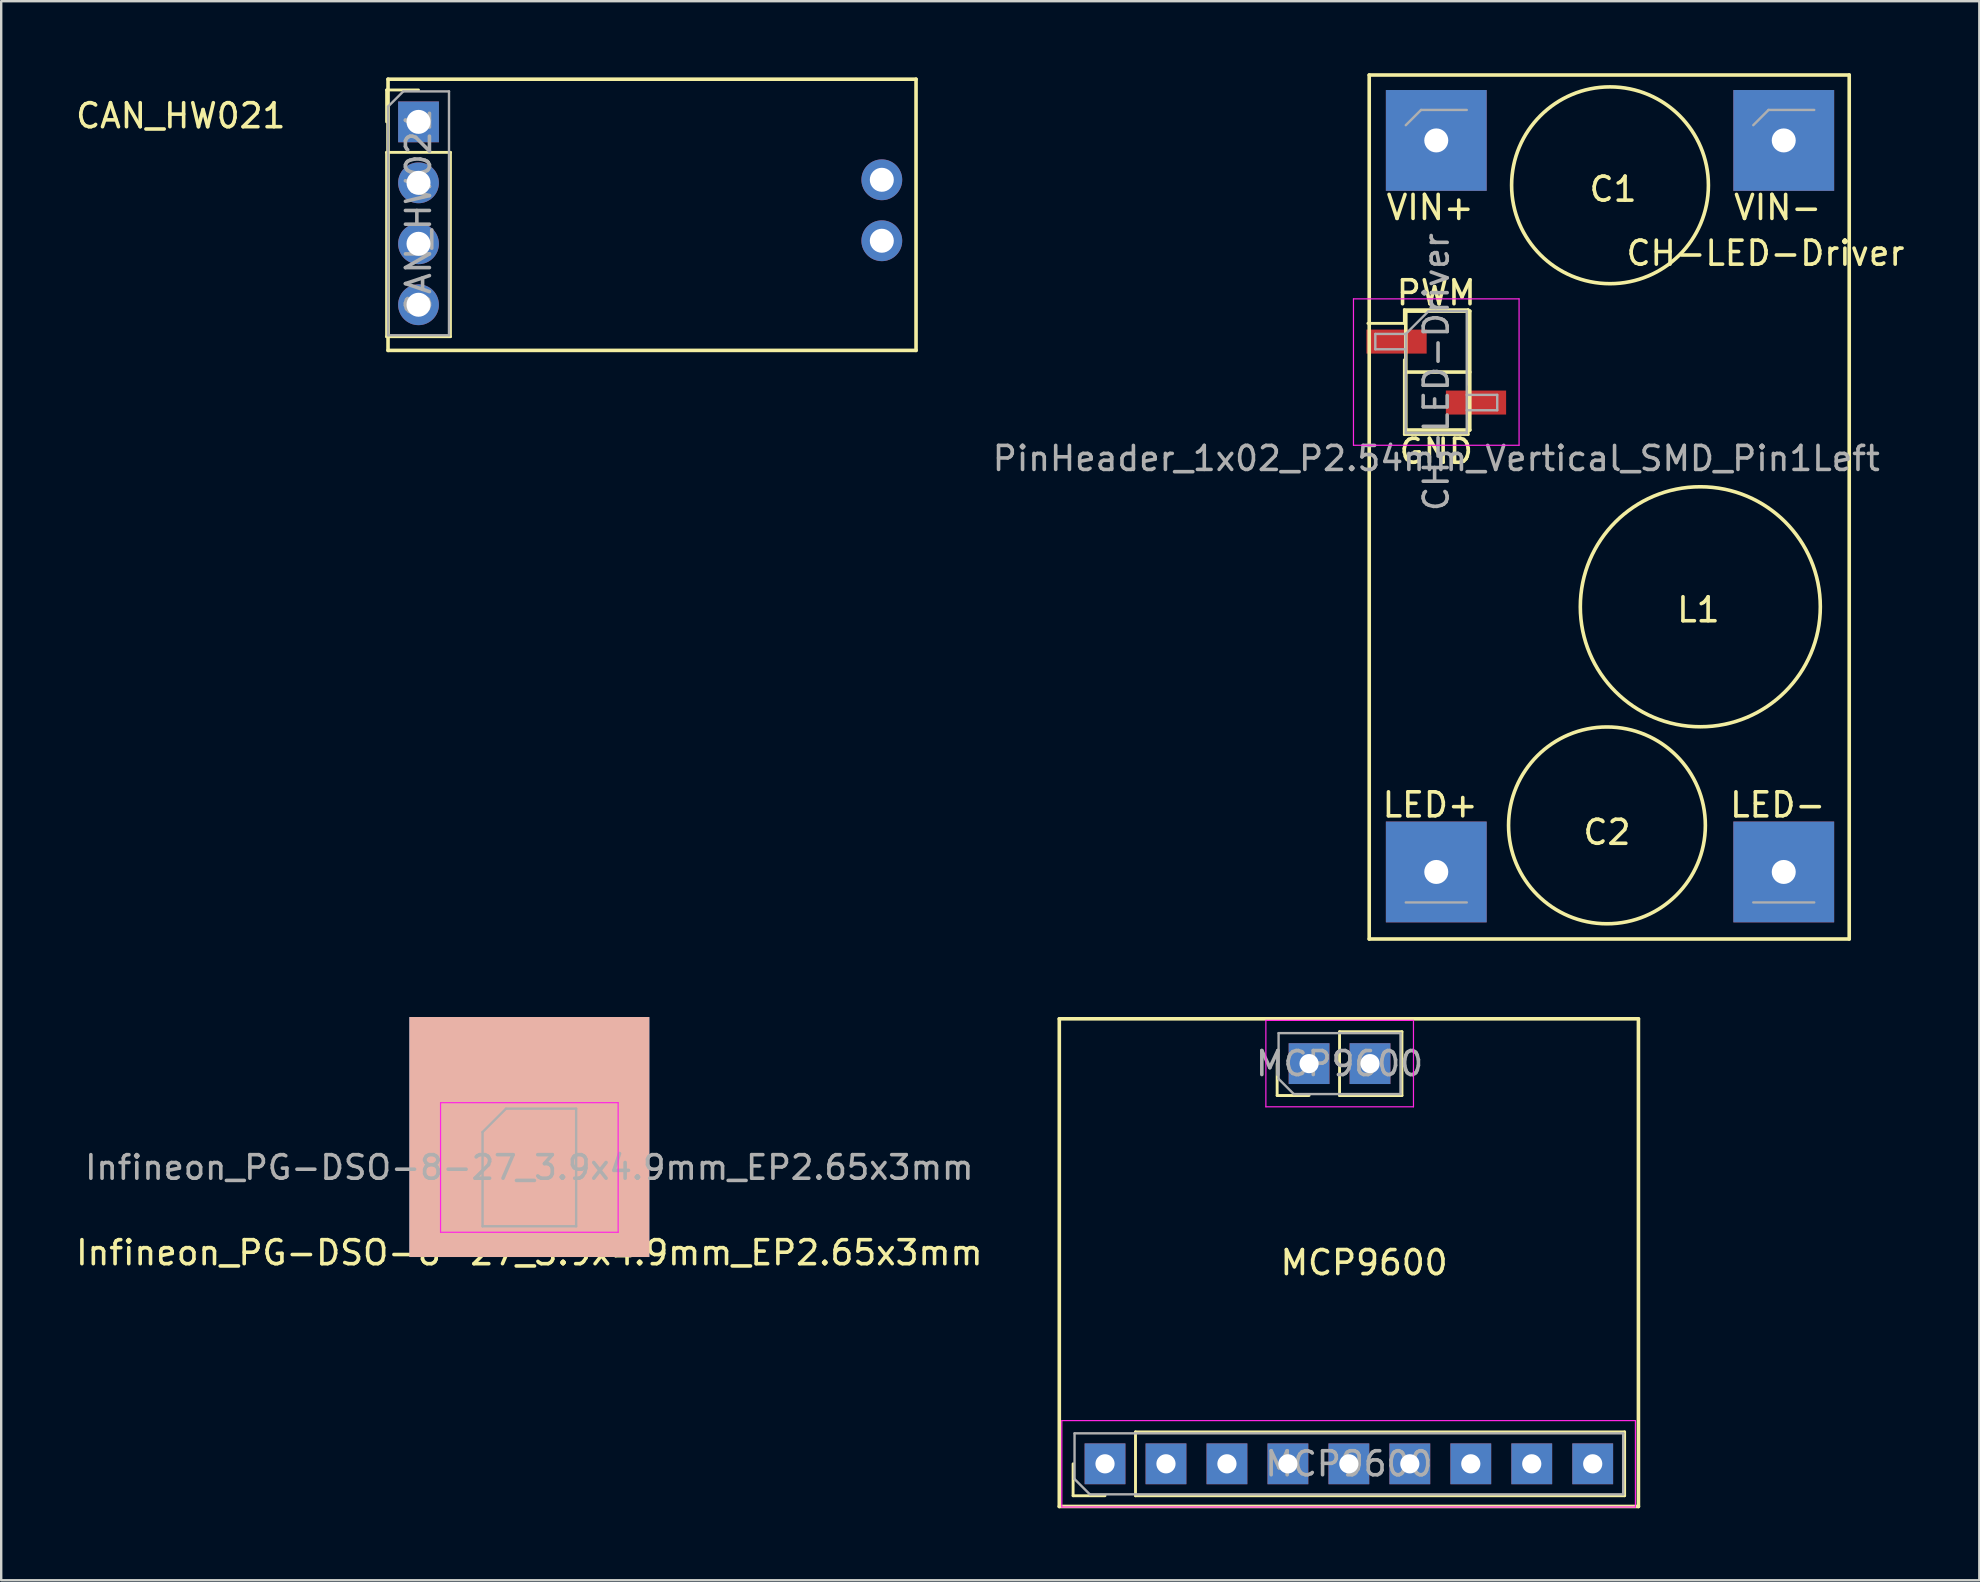
<source format=kicad_pcb>
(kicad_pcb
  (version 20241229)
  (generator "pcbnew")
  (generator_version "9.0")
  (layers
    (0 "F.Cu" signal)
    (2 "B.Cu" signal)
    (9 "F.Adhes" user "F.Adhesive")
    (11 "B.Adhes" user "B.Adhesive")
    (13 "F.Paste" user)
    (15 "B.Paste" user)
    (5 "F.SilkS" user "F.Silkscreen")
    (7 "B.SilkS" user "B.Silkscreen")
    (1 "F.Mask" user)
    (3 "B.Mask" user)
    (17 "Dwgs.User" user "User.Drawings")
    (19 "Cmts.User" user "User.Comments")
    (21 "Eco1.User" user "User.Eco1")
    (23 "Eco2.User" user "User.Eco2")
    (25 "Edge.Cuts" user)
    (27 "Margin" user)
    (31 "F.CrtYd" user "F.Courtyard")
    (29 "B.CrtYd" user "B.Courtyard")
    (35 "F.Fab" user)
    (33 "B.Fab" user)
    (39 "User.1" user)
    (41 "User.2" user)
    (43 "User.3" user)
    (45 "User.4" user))
  (footprint "Infineon_PG-DSO-8-27_3.9x4.9mm_EP2.65x3mm"
    (layer "F.Cu")
    (at 19.006 45.595)
    (property "Reference" "Infineon_PG-DSO-8-27_3.9x4.9mm_EP2.65x3mm" (at 0 3.552 0) (layer "F.SilkS") (effects (font (size 1 1) (thickness 0.15))))
    (attr smd)
    (fp_line (start 0 -2.56) (end -3.45 -2.56) (stroke (width 0.12) (type solid)) (layer "F.SilkS"))
    (fp_line (start 0 -2.56) (end 1.95 -2.56) (stroke (width 0.12) (type solid)) (layer "F.SilkS"))
    (fp_line (start 0 2.56) (end -1.95 2.56) (stroke (width 0.12) (type solid)) (layer "F.SilkS"))
    (fp_line (start 0 2.56) (end 1.95 2.56) (stroke (width 0.12) (type solid)) (layer "F.SilkS"))
    (fp_line (start -3.7 -2.7) (end -3.7 2.7) (stroke (width 0.05) (type solid)) (layer "F.CrtYd"))
    (fp_line (start -3.7 2.7) (end 3.7 2.7) (stroke (width 0.05) (type solid)) (layer "F.CrtYd"))
    (fp_line (start 3.7 -2.7) (end -3.7 -2.7) (stroke (width 0.05) (type solid)) (layer "F.CrtYd"))
    (fp_line (start 3.7 2.7) (end 3.7 -2.7) (stroke (width 0.05) (type solid)) (layer "F.CrtYd"))
    (fp_line (start -1.95 -1.475) (end -0.975 -2.45) (stroke (width 0.1) (type solid)) (layer "F.Fab"))
    (fp_line (start -1.95 2.45) (end -1.95 -1.475) (stroke (width 0.1) (type solid)) (layer "F.Fab"))
    (fp_line (start -0.975 -2.45) (end 1.95 -2.45) (stroke (width 0.1) (type solid)) (layer "F.Fab"))
    (fp_line (start 1.95 -2.45) (end 1.95 2.45) (stroke (width 0.1) (type solid)) (layer "F.Fab"))
    (fp_line (start 1.95 2.45) (end -1.95 2.45) (stroke (width 0.1) (type solid)) (layer "F.Fab"))
    (fp_text user "${REFERENCE}" (at 0 0 0) (layer "F.Fab") (effects (font (size 0.98 0.98) (thickness 0.15))))
    (pad "" smd roundrect (at -0.66 -0.75) (size 1.07 1.21) (layers "F.Paste") (roundrect_rratio 0.234))
    (pad "" smd roundrect (at -0.66 0.75) (size 1.07 1.21) (layers "F.Paste") (roundrect_rratio 0.234))
    (pad "" smd roundrect (at 0.66 -0.75) (size 1.07 1.21) (layers "F.Paste") (roundrect_rratio 0.234))
    (pad "" smd roundrect (at 0.66 0.75) (size 1.07 1.21) (layers "F.Paste") (roundrect_rratio 0.234))
    (pad "1" smd roundrect (at -2.625 -1.905) (size 1.65 0.6) (layers "F.Cu" "F.Mask" "F.Paste") (roundrect_rratio 0.25))
    (pad "2" smd roundrect (at -2.625 -0.635) (size 1.65 0.6) (layers "F.Cu" "F.Mask" "F.Paste") (roundrect_rratio 0.25))
    (pad "3" smd roundrect (at -2.625 0.635) (size 1.65 0.6) (layers "F.Cu" "F.Mask" "F.Paste") (roundrect_rratio 0.25))
    (pad "4" smd roundrect (at -2.625 1.905) (size 1.65 0.6) (layers "F.Cu" "F.Mask" "F.Paste") (roundrect_rratio 0.25))
    (pad "5" smd roundrect (at 2.625 1.905) (size 1.65 0.6) (layers "F.Cu" "F.Mask" "F.Paste") (roundrect_rratio 0.25))
    (pad "6" smd roundrect (at 2.625 0.635) (size 1.65 0.6) (layers "F.Cu" "F.Mask" "F.Paste") (roundrect_rratio 0.25))
    (pad "7" smd roundrect (at 2.625 -0.635) (size 1.65 0.6) (layers "F.Cu" "F.Mask" "F.Paste") (roundrect_rratio 0.25))
    (pad "8" smd roundrect (at 2.625 -1.905) (size 1.65 0.6) (layers "F.Cu" "F.Mask" "F.Paste") (roundrect_rratio 0.25))
    (pad "9" smd rect (at 0 -1.27) (size 10 10) (layers "B.Cu" "B.SilkS"))
    (pad "9" smd roundrect (at 0 0) (size 2.65 3) (layers "F.Cu" "F.Mask") (roundrect_rratio 0.094)))
  (footprint "MCP9600"
    (layer "F.Cu")
    (at 53.152 49.56)
    (property "Reference" "MCP9600" (at 0.635 0 0) (layer "F.SilkS") (effects (font (size 1 1) (thickness 0.15))))
    (attr through_hole)
    (fp_line (start -12.065 -10.16) (end -12.065 10.16) (stroke (width 0.15) (type solid)) (layer "F.SilkS"))
    (fp_line (start -12.065 -10.16) (end 12.065 -10.16) (stroke (width 0.15) (type solid)) (layer "F.SilkS"))
    (fp_line (start -12.065 10.16) (end 12.065 10.16) (stroke (width 0.15) (type solid)) (layer "F.SilkS"))
    (fp_line (start -11.49 9.712) (end -11.49 8.382) (stroke (width 0.12) (type solid)) (layer "F.SilkS"))
    (fp_line (start -10.16 9.712) (end -11.49 9.712) (stroke (width 0.12) (type solid)) (layer "F.SilkS"))
    (fp_line (start -8.89 7.052) (end 11.49 7.052) (stroke (width 0.12) (type solid)) (layer "F.SilkS"))
    (fp_line (start -8.89 9.712) (end -8.89 7.052) (stroke (width 0.12) (type solid)) (layer "F.SilkS"))
    (fp_line (start -8.89 9.712) (end 11.49 9.712) (stroke (width 0.12) (type solid)) (layer "F.SilkS"))
    (fp_line (start -2.988 -6.963) (end -2.988 -8.293) (stroke (width 0.12) (type solid)) (layer "F.SilkS"))
    (fp_line (start -1.658 -6.963) (end -2.988 -6.963) (stroke (width 0.12) (type solid)) (layer "F.SilkS"))
    (fp_line (start -0.388 -9.623) (end 2.212 -9.623) (stroke (width 0.12) (type solid)) (layer "F.SilkS"))
    (fp_line (start -0.388 -6.963) (end -0.388 -9.623) (stroke (width 0.12) (type solid)) (layer "F.SilkS"))
    (fp_line (start -0.388 -6.963) (end 2.212 -6.963) (stroke (width 0.12) (type solid)) (layer "F.SilkS"))
    (fp_line (start 2.212 -6.963) (end 2.212 -9.623) (stroke (width 0.12) (type solid)) (layer "F.SilkS"))
    (fp_line (start 11.49 9.712) (end 11.49 7.052) (stroke (width 0.12) (type solid)) (layer "F.SilkS"))
    (fp_line (start 12.065 10.16) (end 12.065 -10.16) (stroke (width 0.15) (type solid)) (layer "F.SilkS"))
    (fp_line (start -11.96 6.582) (end -11.96 10.182) (stroke (width 0.05) (type solid)) (layer "F.CrtYd"))
    (fp_line (start -11.96 10.182) (end 11.94 10.182) (stroke (width 0.05) (type solid)) (layer "F.CrtYd"))
    (fp_line (start -3.458 -10.093) (end -3.458 -6.493) (stroke (width 0.05) (type solid)) (layer "F.CrtYd"))
    (fp_line (start -3.458 -6.493) (end 2.692 -6.493) (stroke (width 0.05) (type solid)) (layer "F.CrtYd"))
    (fp_line (start 2.692 -10.093) (end -3.458 -10.093) (stroke (width 0.05) (type solid)) (layer "F.CrtYd"))
    (fp_line (start 2.692 -6.493) (end 2.692 -10.093) (stroke (width 0.05) (type solid)) (layer "F.CrtYd"))
    (fp_line (start 11.94 6.582) (end -11.96 6.582) (stroke (width 0.05) (type solid)) (layer "F.CrtYd"))
    (fp_line (start 11.94 10.182) (end 11.94 6.582) (stroke (width 0.05) (type solid)) (layer "F.CrtYd"))
    (fp_line (start -11.43 7.112) (end 11.43 7.112) (stroke (width 0.1) (type solid)) (layer "F.Fab"))
    (fp_line (start -11.43 9.017) (end -11.43 7.112) (stroke (width 0.1) (type solid)) (layer "F.Fab"))
    (fp_line (start -10.795 9.652) (end -11.43 9.017) (stroke (width 0.1) (type solid)) (layer "F.Fab"))
    (fp_line (start -2.928 -9.563) (end 2.152 -9.563) (stroke (width 0.1) (type solid)) (layer "F.Fab"))
    (fp_line (start -2.928 -7.658) (end -2.928 -9.563) (stroke (width 0.1) (type solid)) (layer "F.Fab"))
    (fp_line (start -2.293 -7.023) (end -2.928 -7.658) (stroke (width 0.1) (type solid)) (layer "F.Fab"))
    (fp_line (start 2.152 -9.563) (end 2.152 -7.023) (stroke (width 0.1) (type solid)) (layer "F.Fab"))
    (fp_line (start 2.152 -7.023) (end -2.293 -7.023) (stroke (width 0.1) (type solid)) (layer "F.Fab"))
    (fp_line (start 11.43 7.112) (end 11.43 9.652) (stroke (width 0.1) (type solid)) (layer "F.Fab"))
    (fp_line (start 11.43 9.652) (end -10.795 9.652) (stroke (width 0.1) (type solid)) (layer "F.Fab"))
    (fp_text user "${REFERENCE}" (at 0 8.382 180) (layer "F.Fab") (effects (font (size 1 1) (thickness 0.15))))
    (fp_text user "${REFERENCE}" (at -0.388 -8.293 180) (layer "F.Fab") (effects (font (size 1 1) (thickness 0.15))))
    (pad "1" thru_hole rect (at -10.16 8.382 90) (size 1.7 1.7) (drill 0.8) (layers "*.Cu" "*.Mask"))
    (pad "2" thru_hole rect (at -7.62 8.382 90) (size 1.7 1.7) (drill 0.8) (layers "*.Cu" "*.Mask"))
    (pad "3" thru_hole rect (at -5.08 8.382 90) (size 1.7 1.7) (drill 0.8) (layers "*.Cu" "*.Mask"))
    (pad "4" thru_hole rect (at -2.54 8.382 90) (size 1.7 1.7) (drill 0.8) (layers "*.Cu" "*.Mask"))
    (pad "5" thru_hole rect (at 0 8.382 90) (size 1.7 1.7) (drill 0.8) (layers "*.Cu" "*.Mask"))
    (pad "6" thru_hole rect (at 2.54 8.382 90) (size 1.7 1.7) (drill 0.8) (layers "*.Cu" "*.Mask"))
    (pad "7" thru_hole rect (at 5.08 8.382 90) (size 1.7 1.7) (drill 0.8) (layers "*.Cu" "*.Mask"))
    (pad "8" thru_hole rect (at 7.62 8.382 90) (size 1.7 1.7) (drill 0.8) (layers "*.Cu" "*.Mask"))
    (pad "9" thru_hole rect (at 10.16 8.382 90) (size 1.7 1.7) (drill 0.8) (layers "*.Cu" "*.Mask"))
    (pad "10" thru_hole rect (at -1.658 -8.293 90) (size 1.7 1.7) (drill 0.8) (layers "*.Cu" "*.Mask"))
    (pad "11" thru_hole rect (at 0.882 -8.293 90) (size 1.7 1.7) (drill 0.8) (layers "*.Cu" "*.Mask")))
  (footprint "CAN_HW021"
    (layer "F.Cu")
    (at 13.118 0.25)
    (property "Reference" "CAN_HW021" (at -8.636 1.524 0) (layer "F.SilkS") (effects (font (size 1 1) (thickness 0.15))))
    (attr through_hole)
    (fp_line (start -0.06 0.448) (end 1.27 0.448) (stroke (width 0.12) (type solid)) (layer "F.SilkS"))
    (fp_line (start -0.06 1.778) (end -0.06 0.448) (stroke (width 0.12) (type solid)) (layer "F.SilkS"))
    (fp_line (start -0.06 3.048) (end -0.06 10.728) (stroke (width 0.12) (type solid)) (layer "F.SilkS"))
    (fp_line (start -0.06 3.048) (end 2.6 3.048) (stroke (width 0.12) (type solid)) (layer "F.SilkS"))
    (fp_line (start -0.06 10.728) (end 2.6 10.728) (stroke (width 0.12) (type solid)) (layer "F.SilkS"))
    (fp_line (start 0 0) (end 0 11.3) (stroke (width 0.15) (type solid)) (layer "F.SilkS"))
    (fp_line (start 0 0) (end 22 0) (stroke (width 0.15) (type solid)) (layer "F.SilkS"))
    (fp_line (start 0 11.3) (end 22 11.3) (stroke (width 0.15) (type solid)) (layer "F.SilkS"))
    (fp_line (start 2.6 3.048) (end 2.6 10.728) (stroke (width 0.12) (type solid)) (layer "F.SilkS"))
    (fp_line (start 22 0) (end 22 11.3) (stroke (width 0.15) (type solid)) (layer "F.SilkS"))
    (fp_line (start 0 1.143) (end 0.635 0.508) (stroke (width 0.1) (type solid)) (layer "F.Fab"))
    (fp_line (start 0 10.668) (end 0 1.143) (stroke (width 0.1) (type solid)) (layer "F.Fab"))
    (fp_line (start 0.635 0.508) (end 2.54 0.508) (stroke (width 0.1) (type solid)) (layer "F.Fab"))
    (fp_line (start 2.54 0.508) (end 2.54 10.668) (stroke (width 0.1) (type solid)) (layer "F.Fab"))
    (fp_line (start 2.54 10.668) (end 0 10.668) (stroke (width 0.1) (type solid)) (layer "F.Fab"))
    (fp_text user "${REFERENCE}" (at 1.27 5.588 90) (layer "F.Fab") (effects (font (size 1 1) (thickness 0.15))))
    (pad "1" thru_hole oval (at 20.574 4.191) (size 1.7 1.7) (drill 1) (layers "*.Cu" "*.Mask"))
    (pad "2" thru_hole oval (at 20.574 6.731) (size 1.7 1.7) (drill 1) (layers "*.Cu" "*.Mask"))
    (pad "3" thru_hole rect (at 1.27 1.778) (size 1.7 1.7) (drill 1) (layers "*.Cu" "*.Mask"))
    (pad "4" thru_hole oval (at 1.27 4.318) (size 1.7 1.7) (drill 1) (layers "*.Cu" "*.Mask"))
    (pad "5" thru_hole oval (at 1.27 6.858) (size 1.7 1.7) (drill 1) (layers "*.Cu" "*.Mask"))
    (pad "6" thru_hole oval (at 1.27 9.398) (size 1.7 1.7) (drill 1) (layers "*.Cu" "*.Mask")))
  (footprint "CH-LED-Driver"
    (layer "F.Cu")
    (at 54 36.075)
    (property "Reference" "CH-LED-Driver" (at 16.51 -28.575 0) (layer "F.SilkS") (effects (font (size 1 1) (thickness 0.15))))
    (attr through_hole)
    (fp_line (start 0 -36) (end 20 -36) (stroke (width 0.15) (type solid)) (layer "F.SilkS"))
    (fp_line (start 0 0) (end 0 -36) (stroke (width 0.15) (type solid)) (layer "F.SilkS"))
    (fp_line (start 0 0) (end 20 0) (stroke (width 0.15) (type solid)) (layer "F.SilkS"))
    (fp_line (start 1.464 -26.222) (end 1.464 -25.652) (stroke (width 0.12) (type solid)) (layer "F.SilkS"))
    (fp_line (start 1.464 -26.222) (end 4.124 -26.222) (stroke (width 0.12) (type solid)) (layer "F.SilkS"))
    (fp_line (start 1.464 -25.652) (end -0.056 -25.652) (stroke (width 0.12) (type solid)) (layer "F.SilkS"))
    (fp_line (start 1.464 -24.132) (end 1.464 -21.022) (stroke (width 0.12) (type solid)) (layer "F.SilkS"))
    (fp_line (start 1.464 -21.022) (end 4.124 -21.022) (stroke (width 0.12) (type solid)) (layer "F.SilkS"))
    (fp_line (start 1.524 -26.162) (end 4.191 -26.162) (stroke (width 0.15) (type solid)) (layer "F.SilkS"))
    (fp_line (start 1.524 -23.622) (end 4.191 -23.622) (stroke (width 0.15) (type solid)) (layer "F.SilkS"))
    (fp_line (start 1.524 -21.209) (end 1.524 -26.162) (stroke (width 0.15) (type solid)) (layer "F.SilkS"))
    (fp_line (start 4.124 -26.222) (end 4.124 -23.112) (stroke (width 0.12) (type solid)) (layer "F.SilkS"))
    (fp_line (start 4.124 -21.592) (end 4.124 -21.022) (stroke (width 0.12) (type solid)) (layer "F.SilkS"))
    (fp_line (start 4.191 -26.162) (end 4.191 -21.209) (stroke (width 0.15) (type solid)) (layer "F.SilkS"))
    (fp_line (start 4.191 -21.209) (end 1.524 -21.209) (stroke (width 0.15) (type solid)) (layer "F.SilkS"))
    (fp_line (start 20 -36) (end 20 0) (stroke (width 0.15) (type solid)) (layer "F.SilkS"))
    (fp_circle (center 9.906 -4.735) (end 14.006 -4.735) (stroke (width 0.15) (type solid)) (fill no) (layer "F.SilkS"))
    (fp_circle (center 10.033 -31.405) (end 14.133 -31.405) (stroke (width 0.15) (type solid)) (fill no) (layer "F.SilkS"))
    (fp_circle (center 13.796 -13.843) (end 18.796 -13.843) (stroke (width 0.15) (type solid)) (fill no) (layer "F.SilkS"))
    (fp_line (start -0.656 -26.672) (end -0.656 -20.572) (stroke (width 0.05) (type solid)) (layer "F.CrtYd"))
    (fp_line (start -0.656 -20.572) (end 6.244 -20.572) (stroke (width 0.05) (type solid)) (layer "F.CrtYd"))
    (fp_line (start 6.244 -26.672) (end -0.656 -26.672) (stroke (width 0.05) (type solid)) (layer "F.CrtYd"))
    (fp_line (start 6.244 -20.572) (end 6.244 -26.672) (stroke (width 0.05) (type solid)) (layer "F.CrtYd"))
    (fp_line (start 0.254 -25.212) (end 0.254 -24.572) (stroke (width 0.1) (type solid)) (layer "F.Fab"))
    (fp_line (start 0.254 -24.572) (end 1.524 -24.572) (stroke (width 0.1) (type solid)) (layer "F.Fab"))
    (fp_line (start 1.524 -33.909) (end 2.159 -34.544) (stroke (width 0.1) (type solid)) (layer "F.Fab"))
    (fp_line (start 1.524 -25.212) (end 0.254 -25.212) (stroke (width 0.1) (type solid)) (layer "F.Fab"))
    (fp_line (start 1.524 -25.212) (end 2.474 -26.162) (stroke (width 0.1) (type solid)) (layer "F.Fab"))
    (fp_line (start 1.524 -21.082) (end 1.524 -25.212) (stroke (width 0.1) (type solid)) (layer "F.Fab"))
    (fp_line (start 2.159 -34.544) (end 4.064 -34.544) (stroke (width 0.1) (type solid)) (layer "F.Fab"))
    (fp_line (start 2.474 -26.162) (end 4.064 -26.162) (stroke (width 0.1) (type solid)) (layer "F.Fab"))
    (fp_line (start 4.064 -26.162) (end 4.064 -21.082) (stroke (width 0.1) (type solid)) (layer "F.Fab"))
    (fp_line (start 4.064 -22.672) (end 5.334 -22.672) (stroke (width 0.1) (type solid)) (layer "F.Fab"))
    (fp_line (start 4.064 -21.082) (end 1.524 -21.082) (stroke (width 0.1) (type solid)) (layer "F.Fab"))
    (fp_line (start 4.064 -1.524) (end 1.524 -1.524) (stroke (width 0.1) (type solid)) (layer "F.Fab"))
    (fp_line (start 5.334 -22.672) (end 5.334 -22.032) (stroke (width 0.1) (type solid)) (layer "F.Fab"))
    (fp_line (start 5.334 -22.032) (end 4.064 -22.032) (stroke (width 0.1) (type solid)) (layer "F.Fab"))
    (fp_line (start 16.002 -33.909) (end 16.637 -34.544) (stroke (width 0.1) (type solid)) (layer "F.Fab"))
    (fp_line (start 16.637 -34.544) (end 18.542 -34.544) (stroke (width 0.1) (type solid)) (layer "F.Fab"))
    (fp_line (start 18.542 -1.524) (end 16.002 -1.524) (stroke (width 0.1) (type solid)) (layer "F.Fab"))
    (fp_text user "L1" (at 13.716 -13.716 0) (layer "F.SilkS") (effects (font (size 1 1) (thickness 0.15))))
    (fp_text user "GND" (at 2.794 -20.32 0) (layer "F.SilkS") (effects (font (size 1 1) (thickness 0.15))))
    (fp_text user "VIN+" (at 2.54 -30.48 0) (layer "F.SilkS") (effects (font (size 1 1) (thickness 0.15))))
    (fp_text user "C2" (at 9.906 -4.445 0) (layer "F.SilkS") (effects (font (size 1 1) (thickness 0.15))))
    (fp_text user "PWM" (at 2.794 -26.924 0) (layer "F.SilkS") (effects (font (size 1 1) (thickness 0.15))))
    (fp_text user "LED-" (at 17.018 -5.588 0) (layer "F.SilkS") (effects (font (size 1 1) (thickness 0.15))))
    (fp_text user "LED+" (at 2.54 -5.588 0) (layer "F.SilkS") (effects (font (size 1 1) (thickness 0.15))))
    (fp_text user "C1" (at 10.16 -31.242 0) (layer "F.SilkS") (effects (font (size 1 1) (thickness 0.15))))
    (fp_text user "VIN-" (at 17.018 -30.48 0) (layer "F.SilkS") (effects (font (size 1 1) (thickness 0.15))))
    (fp_text user "${REFERENCE}" (at 2.794 -23.622 90) (layer "F.Fab") (effects (font (size 1 1) (thickness 0.15))))
    (fp_text user "PinHeader_1x02_P2.54mm_Vertical_SMD_Pin1Left" (at 2.794 -20.022 0) (layer "F.Fab") (effects (font (size 1 1) (thickness 0.15))))
    (pad "1" thru_hole rect (at 2.794 -33.274) (size 4.2 4.2) (drill 1) (layers "*.Cu" "*.Mask"))
    (pad "2" thru_hole rect (at 17.272 -33.274) (size 4.2 4.2) (drill 1) (layers "*.Cu" "*.Mask"))
    (pad "3" smd rect (at 1.139 -24.892) (size 2.51 1) (layers "F.Cu" "F.Mask" "F.Paste"))
    (pad "4" smd rect (at 4.449 -22.352) (size 2.51 1) (layers "F.Cu" "F.Mask" "F.Paste"))
    (pad "5" thru_hole rect (at 2.794 -2.794) (size 4.2 4.2) (drill 1) (layers "*.Cu" "*.Mask"))
    (pad "6" thru_hole rect (at 17.272 -2.794) (size 4.2 4.2) (drill 1) (layers "*.Cu" "*.Mask")))
  (gr_rect
    (start -3 -3)
    (end 79.421 62.795)
    (stroke (width 0.1) (type default))
    (fill no)
    (layer "Edge.Cuts")))
</source>
